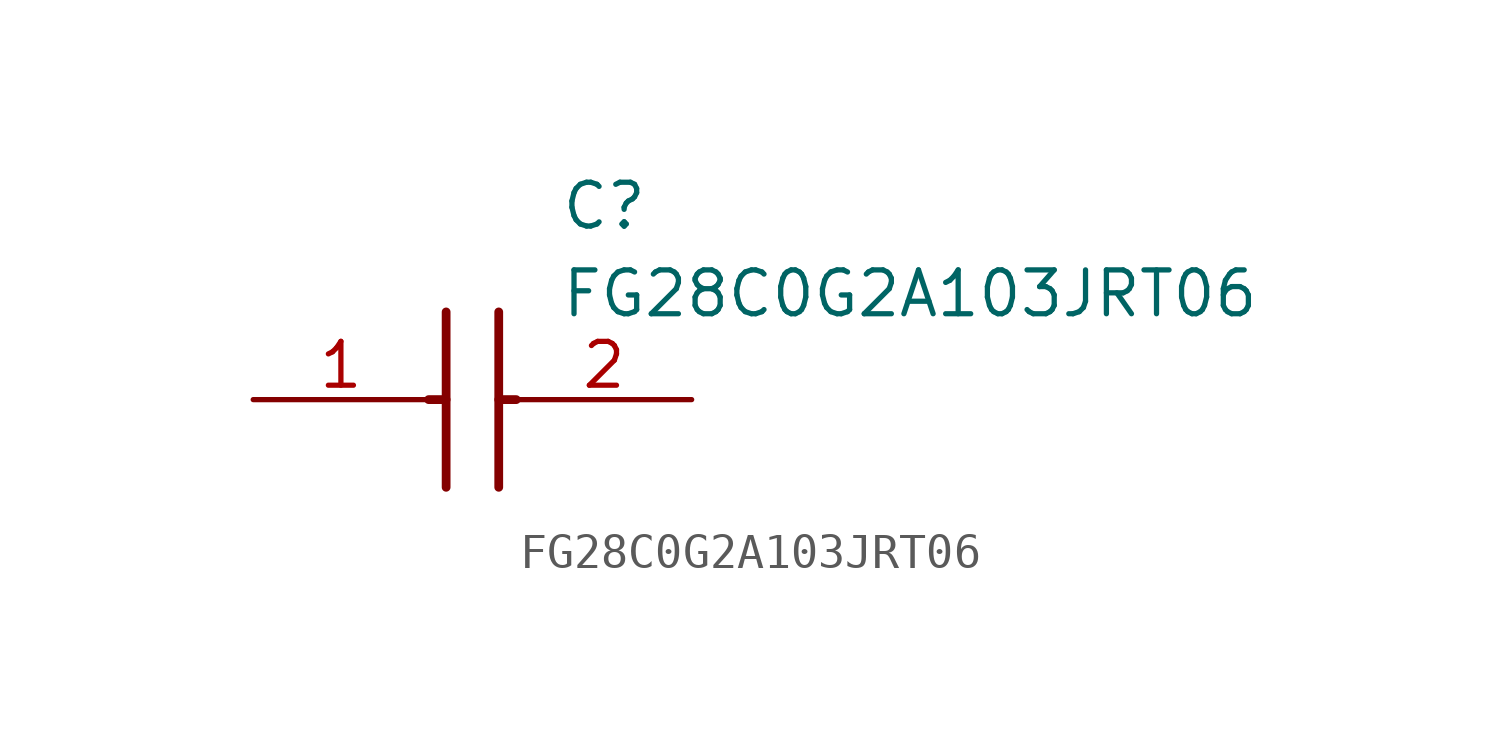
<source format=kicad_sym>
(kicad_symbol_lib
  (version 20211014)
  (generator SamacSys_ECAD_Model)
  (symbol "FG28C0G2A103JRT06"
    (pin_names hide)
    (property "Reference" "C"
      (at 8.89 6.35 0)
      (effects (font (size 1.27 1.27)) (justify left top)))
    (property "Value" "FG28C0G2A103JRT06"
      (at 8.89 3.81 0)
      (effects (font (size 1.27 1.27)) (justify left top)))
    (polyline
      (pts (xy 5.588 2.54) (xy 5.588 -2.54))
      (stroke (width 0.254) (type default))
      (fill (type none)))
    (polyline
      (pts (xy 7.112 2.54) (xy 7.112 -2.54))
      (stroke (width 0.254) (type default))
      (fill (type none)))
    (polyline
      (pts (xy 5.08 0) (xy 5.588 0))
      (stroke (width 0.254) (type default))
      (fill (type none)))
    (polyline
      (pts (xy 7.112 0) (xy 7.62 0))
      (stroke (width 0.254) (type default))
      (fill (type none)))
    (pin passive line
      (at 0 0 0)
      (length 5.08)
      (name "1" (effects (font (size 1.27 1.27))))
      (number "1" (effects (font (size 1.27 1.27)))))
    (pin passive line
      (at 12.7 0 180)
      (length 5.08)
      (name "2" (effects (font (size 1.27 1.27))))
      (number "2" (effects (font (size 1.27 1.27)))))))
</source>
